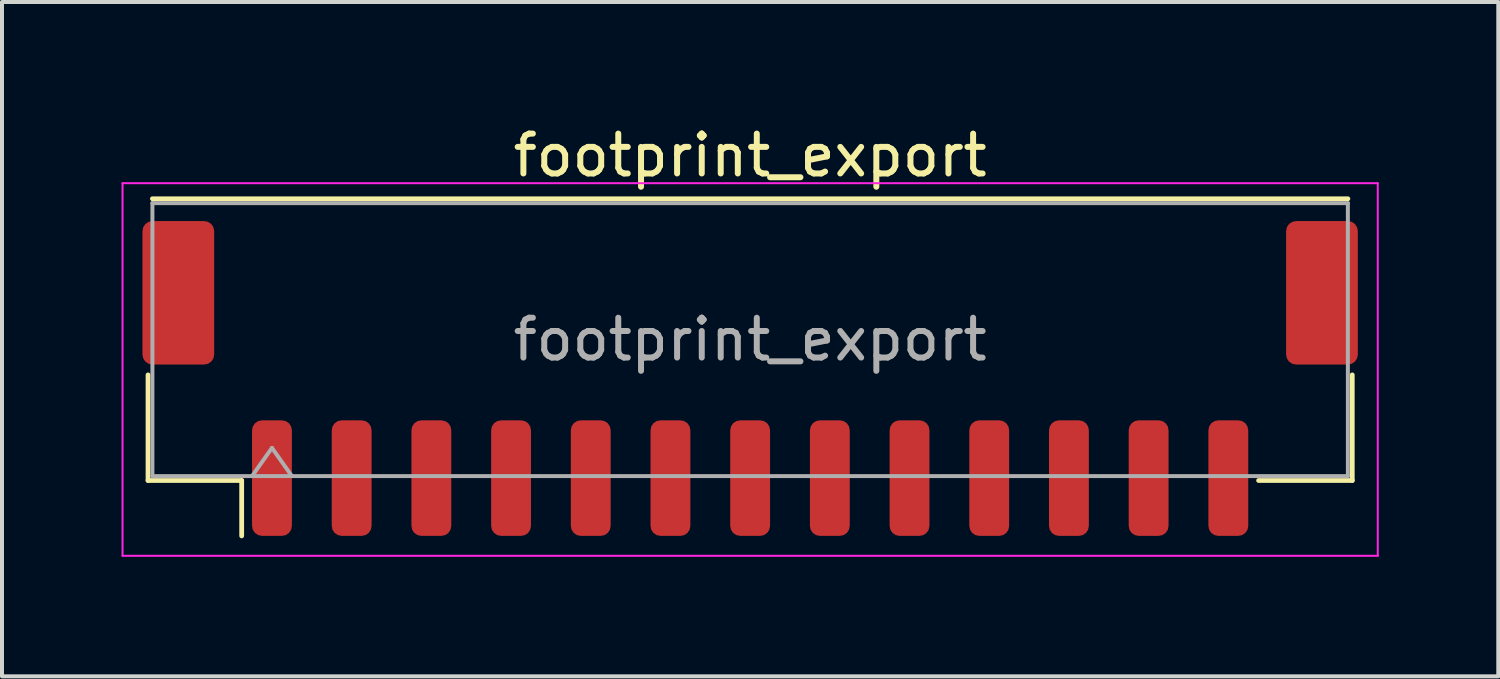
<source format=kicad_pcb>
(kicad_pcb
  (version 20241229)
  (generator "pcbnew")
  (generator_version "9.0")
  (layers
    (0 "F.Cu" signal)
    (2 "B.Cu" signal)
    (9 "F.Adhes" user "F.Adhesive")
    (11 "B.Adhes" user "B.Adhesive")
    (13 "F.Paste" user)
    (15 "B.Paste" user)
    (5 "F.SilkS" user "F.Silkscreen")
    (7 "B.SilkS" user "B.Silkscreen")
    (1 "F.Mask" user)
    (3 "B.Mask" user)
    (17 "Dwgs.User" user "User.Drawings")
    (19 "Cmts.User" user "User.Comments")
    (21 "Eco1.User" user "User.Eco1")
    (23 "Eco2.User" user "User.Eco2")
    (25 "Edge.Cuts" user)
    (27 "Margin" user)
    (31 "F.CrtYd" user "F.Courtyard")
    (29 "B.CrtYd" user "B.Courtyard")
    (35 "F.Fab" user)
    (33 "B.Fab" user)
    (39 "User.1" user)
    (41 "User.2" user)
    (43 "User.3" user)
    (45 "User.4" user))
  (footprint "footprint_export"
    (layer "F.Cu")
    (at 15.775 6.448)
    (property "Reference" "footprint_export" (at 0 -5.6 0) (layer "F.SilkS") (effects (font (size 1 1) (thickness 0.15))))
    (attr smd)
    (fp_line (start -15.11 -0.09) (end -15.11 2.56) (stroke (width 0.12) (type solid)) (layer "F.SilkS"))
    (fp_line (start -15.11 2.56) (end -12.76 2.56) (stroke (width 0.12) (type solid)) (layer "F.SilkS"))
    (fp_line (start -15 -4.51) (end 15 -4.51) (stroke (width 0.12) (type solid)) (layer "F.SilkS"))
    (fp_line (start -12.76 2.56) (end -12.76 3.95) (stroke (width 0.12) (type solid)) (layer "F.SilkS"))
    (fp_line (start 15.11 -0.09) (end 15.11 2.56) (stroke (width 0.12) (type solid)) (layer "F.SilkS"))
    (fp_line (start 15.11 2.56) (end 12.76 2.56) (stroke (width 0.12) (type solid)) (layer "F.SilkS"))
    (fp_line (start -15.75 -4.9) (end -15.75 4.45) (stroke (width 0.05) (type solid)) (layer "F.CrtYd"))
    (fp_line (start -15.75 4.45) (end 15.75 4.45) (stroke (width 0.05) (type solid)) (layer "F.CrtYd"))
    (fp_line (start 15.75 -4.9) (end -15.75 -4.9) (stroke (width 0.05) (type solid)) (layer "F.CrtYd"))
    (fp_line (start 15.75 4.45) (end 15.75 -4.9) (stroke (width 0.05) (type solid)) (layer "F.CrtYd"))
    (fp_line (start -15 -4.4) (end 15 -4.4) (stroke (width 0.1) (type solid)) (layer "F.Fab"))
    (fp_line (start -15 2.45) (end -15 -4.4) (stroke (width 0.1) (type solid)) (layer "F.Fab"))
    (fp_line (start -15 2.45) (end 15 2.45) (stroke (width 0.1) (type solid)) (layer "F.Fab"))
    (fp_line (start -12.5 2.45) (end -12 1.743) (stroke (width 0.1) (type solid)) (layer "F.Fab"))
    (fp_line (start -12 1.743) (end -11.5 2.45) (stroke (width 0.1) (type solid)) (layer "F.Fab"))
    (fp_line (start 15 2.45) (end 15 -4.4) (stroke (width 0.1) (type solid)) (layer "F.Fab"))
    (fp_text user "${REFERENCE}" (at 0 -0.98 0) (layer "F.Fab") (effects (font (size 1 1) (thickness 0.15))))
    (pad "1" smd roundrect (at -12 2.5) (size 1 2.9) (layers "F.Cu" "F.Mask" "F.Paste") (roundrect_rratio 0.25))
    (pad "2" smd roundrect (at -10 2.5) (size 1 2.9) (layers "F.Cu" "F.Mask" "F.Paste") (roundrect_rratio 0.25))
    (pad "3" smd roundrect (at -8 2.5) (size 1 2.9) (layers "F.Cu" "F.Mask" "F.Paste") (roundrect_rratio 0.25))
    (pad "4" smd roundrect (at -6 2.5) (size 1 2.9) (layers "F.Cu" "F.Mask" "F.Paste") (roundrect_rratio 0.25))
    (pad "5" smd roundrect (at -4 2.5) (size 1 2.9) (layers "F.Cu" "F.Mask" "F.Paste") (roundrect_rratio 0.25))
    (pad "6" smd roundrect (at -2 2.5) (size 1 2.9) (layers "F.Cu" "F.Mask" "F.Paste") (roundrect_rratio 0.25))
    (pad "7" smd roundrect (at 0 2.5) (size 1 2.9) (layers "F.Cu" "F.Mask" "F.Paste") (roundrect_rratio 0.25))
    (pad "8" smd roundrect (at 2 2.5) (size 1 2.9) (layers "F.Cu" "F.Mask" "F.Paste") (roundrect_rratio 0.25))
    (pad "9" smd roundrect (at 4 2.5) (size 1 2.9) (layers "F.Cu" "F.Mask" "F.Paste") (roundrect_rratio 0.25))
    (pad "10" smd roundrect (at 6 2.5) (size 1 2.9) (layers "F.Cu" "F.Mask" "F.Paste") (roundrect_rratio 0.25))
    (pad "11" smd roundrect (at 8 2.5) (size 1 2.9) (layers "F.Cu" "F.Mask" "F.Paste") (roundrect_rratio 0.25))
    (pad "12" smd roundrect (at 10 2.5) (size 1 2.9) (layers "F.Cu" "F.Mask" "F.Paste") (roundrect_rratio 0.25))
    (pad "13" smd roundrect (at 12 2.5) (size 1 2.9) (layers "F.Cu" "F.Mask" "F.Paste") (roundrect_rratio 0.25))
    (pad "MP" smd roundrect (at -14.35 -2.15) (size 1.8 3.6) (layers "F.Cu" "F.Mask" "F.Paste") (roundrect_rratio 0.139))
    (pad "MP" smd roundrect (at 14.35 -2.15) (size 1.8 3.6) (layers "F.Cu" "F.Mask" "F.Paste") (roundrect_rratio 0.139)))
  (gr_rect
    (start -3 -3)
    (end 34.55 13.923)
    (stroke (width 0.1) (type default))
    (fill no)
    (layer "Edge.Cuts")))
</source>
